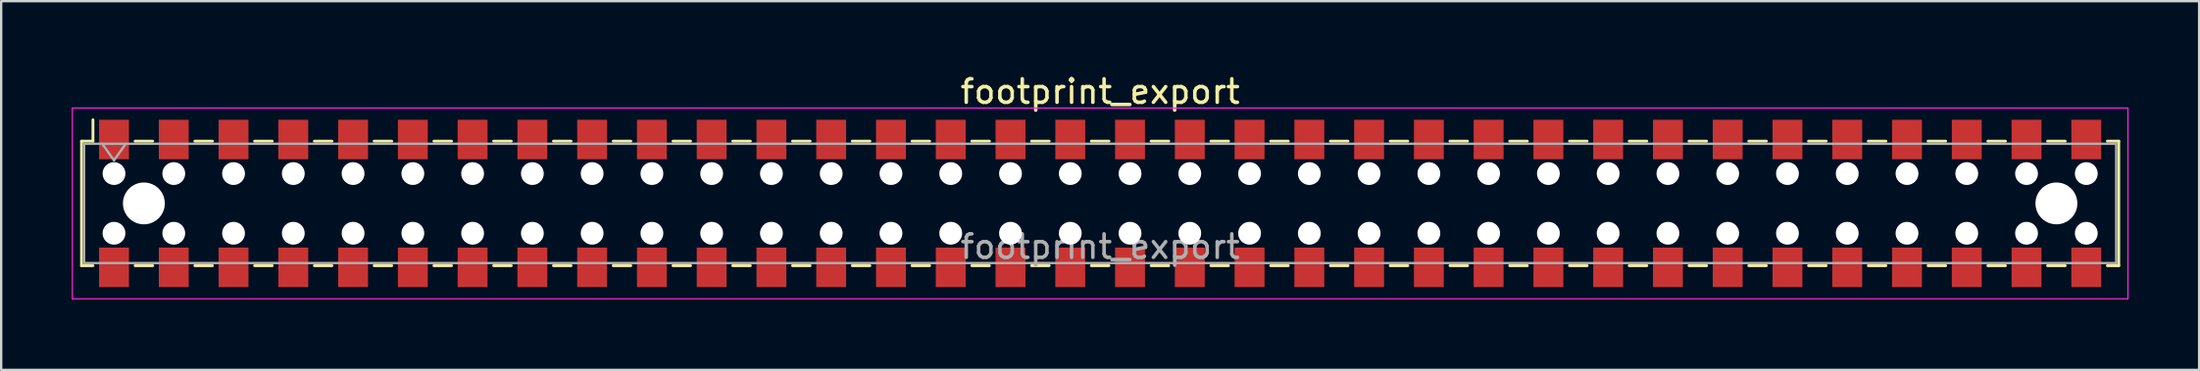
<source format=kicad_pcb>
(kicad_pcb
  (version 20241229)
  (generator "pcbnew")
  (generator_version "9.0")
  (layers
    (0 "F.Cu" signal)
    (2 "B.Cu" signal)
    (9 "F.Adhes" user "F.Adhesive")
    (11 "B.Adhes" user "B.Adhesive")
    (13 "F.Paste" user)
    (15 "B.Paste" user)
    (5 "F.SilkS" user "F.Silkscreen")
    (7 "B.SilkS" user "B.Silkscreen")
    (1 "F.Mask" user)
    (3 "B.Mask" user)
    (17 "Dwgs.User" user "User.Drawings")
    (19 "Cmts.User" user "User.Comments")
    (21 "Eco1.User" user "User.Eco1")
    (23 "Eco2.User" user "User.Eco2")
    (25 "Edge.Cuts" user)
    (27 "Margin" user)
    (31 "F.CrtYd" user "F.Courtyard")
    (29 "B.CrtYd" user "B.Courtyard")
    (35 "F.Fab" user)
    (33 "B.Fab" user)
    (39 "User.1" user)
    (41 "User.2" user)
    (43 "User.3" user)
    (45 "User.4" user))
  (footprint "footprint_export"
    (layer "F.Cu")
    (at 43.705 5.608)
    (property "Reference" "footprint_export" (at 0 -4.76 0) (layer "F.SilkS") (effects (font (size 1 1) (thickness 0.15))))
    (attr smd)
    (fp_line (start -43.29 -2.65) (end -43.29 2.65) (stroke (width 0.12) (type solid)) (layer "F.SilkS"))
    (fp_line (start -43.29 2.65) (end -42.805 2.65) (stroke (width 0.12) (type solid)) (layer "F.SilkS"))
    (fp_line (start -42.805 -3.56) (end -42.805 -2.65) (stroke (width 0.12) (type solid)) (layer "F.SilkS"))
    (fp_line (start -42.805 -2.65) (end -43.29 -2.65) (stroke (width 0.12) (type solid)) (layer "F.SilkS"))
    (fp_line (start -41.015 -2.65) (end -40.265 -2.65) (stroke (width 0.12) (type solid)) (layer "F.SilkS"))
    (fp_line (start -41.015 2.65) (end -40.265 2.65) (stroke (width 0.12) (type solid)) (layer "F.SilkS"))
    (fp_line (start -38.475 -2.65) (end -37.725 -2.65) (stroke (width 0.12) (type solid)) (layer "F.SilkS"))
    (fp_line (start -38.475 2.65) (end -37.725 2.65) (stroke (width 0.12) (type solid)) (layer "F.SilkS"))
    (fp_line (start -35.935 -2.65) (end -35.185 -2.65) (stroke (width 0.12) (type solid)) (layer "F.SilkS"))
    (fp_line (start -35.935 2.65) (end -35.185 2.65) (stroke (width 0.12) (type solid)) (layer "F.SilkS"))
    (fp_line (start -33.395 -2.65) (end -32.645 -2.65) (stroke (width 0.12) (type solid)) (layer "F.SilkS"))
    (fp_line (start -33.395 2.65) (end -32.645 2.65) (stroke (width 0.12) (type solid)) (layer "F.SilkS"))
    (fp_line (start -30.855 -2.65) (end -30.105 -2.65) (stroke (width 0.12) (type solid)) (layer "F.SilkS"))
    (fp_line (start -30.855 2.65) (end -30.105 2.65) (stroke (width 0.12) (type solid)) (layer "F.SilkS"))
    (fp_line (start -28.315 -2.65) (end -27.565 -2.65) (stroke (width 0.12) (type solid)) (layer "F.SilkS"))
    (fp_line (start -28.315 2.65) (end -27.565 2.65) (stroke (width 0.12) (type solid)) (layer "F.SilkS"))
    (fp_line (start -25.775 -2.65) (end -25.025 -2.65) (stroke (width 0.12) (type solid)) (layer "F.SilkS"))
    (fp_line (start -25.775 2.65) (end -25.025 2.65) (stroke (width 0.12) (type solid)) (layer "F.SilkS"))
    (fp_line (start -23.235 -2.65) (end -22.485 -2.65) (stroke (width 0.12) (type solid)) (layer "F.SilkS"))
    (fp_line (start -23.235 2.65) (end -22.485 2.65) (stroke (width 0.12) (type solid)) (layer "F.SilkS"))
    (fp_line (start -20.695 -2.65) (end -19.945 -2.65) (stroke (width 0.12) (type solid)) (layer "F.SilkS"))
    (fp_line (start -20.695 2.65) (end -19.945 2.65) (stroke (width 0.12) (type solid)) (layer "F.SilkS"))
    (fp_line (start -18.155 -2.65) (end -17.405 -2.65) (stroke (width 0.12) (type solid)) (layer "F.SilkS"))
    (fp_line (start -18.155 2.65) (end -17.405 2.65) (stroke (width 0.12) (type solid)) (layer "F.SilkS"))
    (fp_line (start -15.615 -2.65) (end -14.865 -2.65) (stroke (width 0.12) (type solid)) (layer "F.SilkS"))
    (fp_line (start -15.615 2.65) (end -14.865 2.65) (stroke (width 0.12) (type solid)) (layer "F.SilkS"))
    (fp_line (start -13.075 -2.65) (end -12.325 -2.65) (stroke (width 0.12) (type solid)) (layer "F.SilkS"))
    (fp_line (start -13.075 2.65) (end -12.325 2.65) (stroke (width 0.12) (type solid)) (layer "F.SilkS"))
    (fp_line (start -10.535 -2.65) (end -9.785 -2.65) (stroke (width 0.12) (type solid)) (layer "F.SilkS"))
    (fp_line (start -10.535 2.65) (end -9.785 2.65) (stroke (width 0.12) (type solid)) (layer "F.SilkS"))
    (fp_line (start -7.995 -2.65) (end -7.245 -2.65) (stroke (width 0.12) (type solid)) (layer "F.SilkS"))
    (fp_line (start -7.995 2.65) (end -7.245 2.65) (stroke (width 0.12) (type solid)) (layer "F.SilkS"))
    (fp_line (start -5.455 -2.65) (end -4.705 -2.65) (stroke (width 0.12) (type solid)) (layer "F.SilkS"))
    (fp_line (start -5.455 2.65) (end -4.705 2.65) (stroke (width 0.12) (type solid)) (layer "F.SilkS"))
    (fp_line (start -2.915 -2.65) (end -2.165 -2.65) (stroke (width 0.12) (type solid)) (layer "F.SilkS"))
    (fp_line (start -2.915 2.65) (end -2.165 2.65) (stroke (width 0.12) (type solid)) (layer "F.SilkS"))
    (fp_line (start -0.375 -2.65) (end 0.375 -2.65) (stroke (width 0.12) (type solid)) (layer "F.SilkS"))
    (fp_line (start -0.375 2.65) (end 0.375 2.65) (stroke (width 0.12) (type solid)) (layer "F.SilkS"))
    (fp_line (start 2.165 -2.65) (end 2.915 -2.65) (stroke (width 0.12) (type solid)) (layer "F.SilkS"))
    (fp_line (start 2.165 2.65) (end 2.915 2.65) (stroke (width 0.12) (type solid)) (layer "F.SilkS"))
    (fp_line (start 4.705 -2.65) (end 5.455 -2.65) (stroke (width 0.12) (type solid)) (layer "F.SilkS"))
    (fp_line (start 4.705 2.65) (end 5.455 2.65) (stroke (width 0.12) (type solid)) (layer "F.SilkS"))
    (fp_line (start 7.245 -2.65) (end 7.995 -2.65) (stroke (width 0.12) (type solid)) (layer "F.SilkS"))
    (fp_line (start 7.245 2.65) (end 7.995 2.65) (stroke (width 0.12) (type solid)) (layer "F.SilkS"))
    (fp_line (start 9.785 -2.65) (end 10.535 -2.65) (stroke (width 0.12) (type solid)) (layer "F.SilkS"))
    (fp_line (start 9.785 2.65) (end 10.535 2.65) (stroke (width 0.12) (type solid)) (layer "F.SilkS"))
    (fp_line (start 12.325 -2.65) (end 13.075 -2.65) (stroke (width 0.12) (type solid)) (layer "F.SilkS"))
    (fp_line (start 12.325 2.65) (end 13.075 2.65) (stroke (width 0.12) (type solid)) (layer "F.SilkS"))
    (fp_line (start 14.865 -2.65) (end 15.615 -2.65) (stroke (width 0.12) (type solid)) (layer "F.SilkS"))
    (fp_line (start 14.865 2.65) (end 15.615 2.65) (stroke (width 0.12) (type solid)) (layer "F.SilkS"))
    (fp_line (start 17.405 -2.65) (end 18.155 -2.65) (stroke (width 0.12) (type solid)) (layer "F.SilkS"))
    (fp_line (start 17.405 2.65) (end 18.155 2.65) (stroke (width 0.12) (type solid)) (layer "F.SilkS"))
    (fp_line (start 19.945 -2.65) (end 20.695 -2.65) (stroke (width 0.12) (type solid)) (layer "F.SilkS"))
    (fp_line (start 19.945 2.65) (end 20.695 2.65) (stroke (width 0.12) (type solid)) (layer "F.SilkS"))
    (fp_line (start 22.485 -2.65) (end 23.235 -2.65) (stroke (width 0.12) (type solid)) (layer "F.SilkS"))
    (fp_line (start 22.485 2.65) (end 23.235 2.65) (stroke (width 0.12) (type solid)) (layer "F.SilkS"))
    (fp_line (start 25.025 -2.65) (end 25.775 -2.65) (stroke (width 0.12) (type solid)) (layer "F.SilkS"))
    (fp_line (start 25.025 2.65) (end 25.775 2.65) (stroke (width 0.12) (type solid)) (layer "F.SilkS"))
    (fp_line (start 27.565 -2.65) (end 28.315 -2.65) (stroke (width 0.12) (type solid)) (layer "F.SilkS"))
    (fp_line (start 27.565 2.65) (end 28.315 2.65) (stroke (width 0.12) (type solid)) (layer "F.SilkS"))
    (fp_line (start 30.105 -2.65) (end 30.855 -2.65) (stroke (width 0.12) (type solid)) (layer "F.SilkS"))
    (fp_line (start 30.105 2.65) (end 30.855 2.65) (stroke (width 0.12) (type solid)) (layer "F.SilkS"))
    (fp_line (start 32.645 -2.65) (end 33.395 -2.65) (stroke (width 0.12) (type solid)) (layer "F.SilkS"))
    (fp_line (start 32.645 2.65) (end 33.395 2.65) (stroke (width 0.12) (type solid)) (layer "F.SilkS"))
    (fp_line (start 35.185 -2.65) (end 35.935 -2.65) (stroke (width 0.12) (type solid)) (layer "F.SilkS"))
    (fp_line (start 35.185 2.65) (end 35.935 2.65) (stroke (width 0.12) (type solid)) (layer "F.SilkS"))
    (fp_line (start 37.725 -2.65) (end 38.475 -2.65) (stroke (width 0.12) (type solid)) (layer "F.SilkS"))
    (fp_line (start 37.725 2.65) (end 38.475 2.65) (stroke (width 0.12) (type solid)) (layer "F.SilkS"))
    (fp_line (start 40.265 -2.65) (end 41.015 -2.65) (stroke (width 0.12) (type solid)) (layer "F.SilkS"))
    (fp_line (start 40.265 2.65) (end 41.015 2.65) (stroke (width 0.12) (type solid)) (layer "F.SilkS"))
    (fp_line (start 42.805 -2.65) (end 43.29 -2.65) (stroke (width 0.12) (type solid)) (layer "F.SilkS"))
    (fp_line (start 43.29 -2.65) (end 43.29 2.65) (stroke (width 0.12) (type solid)) (layer "F.SilkS"))
    (fp_line (start 43.29 2.65) (end 42.805 2.65) (stroke (width 0.12) (type solid)) (layer "F.SilkS"))
    (fp_line (start -43.68 -4.06) (end 43.68 -4.06) (stroke (width 0.05) (type solid)) (layer "F.CrtYd"))
    (fp_line (start -43.68 4.06) (end -43.68 -4.06) (stroke (width 0.05) (type solid)) (layer "F.CrtYd"))
    (fp_line (start 43.68 -4.06) (end 43.68 4.06) (stroke (width 0.05) (type solid)) (layer "F.CrtYd"))
    (fp_line (start 43.68 4.06) (end -43.68 4.06) (stroke (width 0.05) (type solid)) (layer "F.CrtYd"))
    (fp_line (start -43.18 -2.54) (end 43.18 -2.54) (stroke (width 0.1) (type solid)) (layer "F.Fab"))
    (fp_line (start -43.18 2.54) (end -43.18 -2.54) (stroke (width 0.1) (type solid)) (layer "F.Fab"))
    (fp_line (start -42.41 -2.54) (end -41.91 -1.833) (stroke (width 0.1) (type solid)) (layer "F.Fab"))
    (fp_line (start -41.91 -1.833) (end -41.41 -2.54) (stroke (width 0.1) (type solid)) (layer "F.Fab"))
    (fp_line (start 43.18 -2.54) (end 43.18 2.54) (stroke (width 0.1) (type solid)) (layer "F.Fab"))
    (fp_line (start 43.18 2.54) (end -43.18 2.54) (stroke (width 0.1) (type solid)) (layer "F.Fab"))
    (fp_text user "${REFERENCE}" (at 0 1.84 0) (layer "F.Fab") (effects (font (size 1 1) (thickness 0.15))))
    (pad "" np_thru_hole circle (at -41.91 -1.27) (size 0.97 0.97) (drill 0.97) (layers "*.Cu" "*.Mask"))
    (pad "" np_thru_hole circle (at -41.91 1.27) (size 0.97 0.97) (drill 0.97) (layers "*.Cu" "*.Mask"))
    (pad "" np_thru_hole circle (at -40.64 0) (size 1.78 1.78) (drill 1.78) (layers "*.Cu" "*.Mask"))
    (pad "" np_thru_hole circle (at -39.37 -1.27) (size 0.97 0.97) (drill 0.97) (layers "*.Cu" "*.Mask"))
    (pad "" np_thru_hole circle (at -39.37 1.27) (size 0.97 0.97) (drill 0.97) (layers "*.Cu" "*.Mask"))
    (pad "" np_thru_hole circle (at -36.83 -1.27) (size 0.97 0.97) (drill 0.97) (layers "*.Cu" "*.Mask"))
    (pad "" np_thru_hole circle (at -36.83 1.27) (size 0.97 0.97) (drill 0.97) (layers "*.Cu" "*.Mask"))
    (pad "" np_thru_hole circle (at -34.29 -1.27) (size 0.97 0.97) (drill 0.97) (layers "*.Cu" "*.Mask"))
    (pad "" np_thru_hole circle (at -34.29 1.27) (size 0.97 0.97) (drill 0.97) (layers "*.Cu" "*.Mask"))
    (pad "" np_thru_hole circle (at -31.75 -1.27) (size 0.97 0.97) (drill 0.97) (layers "*.Cu" "*.Mask"))
    (pad "" np_thru_hole circle (at -31.75 1.27) (size 0.97 0.97) (drill 0.97) (layers "*.Cu" "*.Mask"))
    (pad "" np_thru_hole circle (at -29.21 -1.27) (size 0.97 0.97) (drill 0.97) (layers "*.Cu" "*.Mask"))
    (pad "" np_thru_hole circle (at -29.21 1.27) (size 0.97 0.97) (drill 0.97) (layers "*.Cu" "*.Mask"))
    (pad "" np_thru_hole circle (at -26.67 -1.27) (size 0.97 0.97) (drill 0.97) (layers "*.Cu" "*.Mask"))
    (pad "" np_thru_hole circle (at -26.67 1.27) (size 0.97 0.97) (drill 0.97) (layers "*.Cu" "*.Mask"))
    (pad "" np_thru_hole circle (at -24.13 -1.27) (size 0.97 0.97) (drill 0.97) (layers "*.Cu" "*.Mask"))
    (pad "" np_thru_hole circle (at -24.13 1.27) (size 0.97 0.97) (drill 0.97) (layers "*.Cu" "*.Mask"))
    (pad "" np_thru_hole circle (at -21.59 -1.27) (size 0.97 0.97) (drill 0.97) (layers "*.Cu" "*.Mask"))
    (pad "" np_thru_hole circle (at -21.59 1.27) (size 0.97 0.97) (drill 0.97) (layers "*.Cu" "*.Mask"))
    (pad "" np_thru_hole circle (at -19.05 -1.27) (size 0.97 0.97) (drill 0.97) (layers "*.Cu" "*.Mask"))
    (pad "" np_thru_hole circle (at -19.05 1.27) (size 0.97 0.97) (drill 0.97) (layers "*.Cu" "*.Mask"))
    (pad "" np_thru_hole circle (at -16.51 -1.27) (size 0.97 0.97) (drill 0.97) (layers "*.Cu" "*.Mask"))
    (pad "" np_thru_hole circle (at -16.51 1.27) (size 0.97 0.97) (drill 0.97) (layers "*.Cu" "*.Mask"))
    (pad "" np_thru_hole circle (at -13.97 -1.27) (size 0.97 0.97) (drill 0.97) (layers "*.Cu" "*.Mask"))
    (pad "" np_thru_hole circle (at -13.97 1.27) (size 0.97 0.97) (drill 0.97) (layers "*.Cu" "*.Mask"))
    (pad "" np_thru_hole circle (at -11.43 -1.27) (size 0.97 0.97) (drill 0.97) (layers "*.Cu" "*.Mask"))
    (pad "" np_thru_hole circle (at -11.43 1.27) (size 0.97 0.97) (drill 0.97) (layers "*.Cu" "*.Mask"))
    (pad "" np_thru_hole circle (at -8.89 -1.27) (size 0.97 0.97) (drill 0.97) (layers "*.Cu" "*.Mask"))
    (pad "" np_thru_hole circle (at -8.89 1.27) (size 0.97 0.97) (drill 0.97) (layers "*.Cu" "*.Mask"))
    (pad "" np_thru_hole circle (at -6.35 -1.27) (size 0.97 0.97) (drill 0.97) (layers "*.Cu" "*.Mask"))
    (pad "" np_thru_hole circle (at -6.35 1.27) (size 0.97 0.97) (drill 0.97) (layers "*.Cu" "*.Mask"))
    (pad "" np_thru_hole circle (at -3.81 -1.27) (size 0.97 0.97) (drill 0.97) (layers "*.Cu" "*.Mask"))
    (pad "" np_thru_hole circle (at -3.81 1.27) (size 0.97 0.97) (drill 0.97) (layers "*.Cu" "*.Mask"))
    (pad "" np_thru_hole circle (at -1.27 -1.27) (size 0.97 0.97) (drill 0.97) (layers "*.Cu" "*.Mask"))
    (pad "" np_thru_hole circle (at -1.27 1.27) (size 0.97 0.97) (drill 0.97) (layers "*.Cu" "*.Mask"))
    (pad "" np_thru_hole circle (at 1.27 -1.27) (size 0.97 0.97) (drill 0.97) (layers "*.Cu" "*.Mask"))
    (pad "" np_thru_hole circle (at 1.27 1.27) (size 0.97 0.97) (drill 0.97) (layers "*.Cu" "*.Mask"))
    (pad "" np_thru_hole circle (at 3.81 -1.27) (size 0.97 0.97) (drill 0.97) (layers "*.Cu" "*.Mask"))
    (pad "" np_thru_hole circle (at 3.81 1.27) (size 0.97 0.97) (drill 0.97) (layers "*.Cu" "*.Mask"))
    (pad "" np_thru_hole circle (at 6.35 -1.27) (size 0.97 0.97) (drill 0.97) (layers "*.Cu" "*.Mask"))
    (pad "" np_thru_hole circle (at 6.35 1.27) (size 0.97 0.97) (drill 0.97) (layers "*.Cu" "*.Mask"))
    (pad "" np_thru_hole circle (at 8.89 -1.27) (size 0.97 0.97) (drill 0.97) (layers "*.Cu" "*.Mask"))
    (pad "" np_thru_hole circle (at 8.89 1.27) (size 0.97 0.97) (drill 0.97) (layers "*.Cu" "*.Mask"))
    (pad "" np_thru_hole circle (at 11.43 -1.27) (size 0.97 0.97) (drill 0.97) (layers "*.Cu" "*.Mask"))
    (pad "" np_thru_hole circle (at 11.43 1.27) (size 0.97 0.97) (drill 0.97) (layers "*.Cu" "*.Mask"))
    (pad "" np_thru_hole circle (at 13.97 -1.27) (size 0.97 0.97) (drill 0.97) (layers "*.Cu" "*.Mask"))
    (pad "" np_thru_hole circle (at 13.97 1.27) (size 0.97 0.97) (drill 0.97) (layers "*.Cu" "*.Mask"))
    (pad "" np_thru_hole circle (at 16.51 -1.27) (size 0.97 0.97) (drill 0.97) (layers "*.Cu" "*.Mask"))
    (pad "" np_thru_hole circle (at 16.51 1.27) (size 0.97 0.97) (drill 0.97) (layers "*.Cu" "*.Mask"))
    (pad "" np_thru_hole circle (at 19.05 -1.27) (size 0.97 0.97) (drill 0.97) (layers "*.Cu" "*.Mask"))
    (pad "" np_thru_hole circle (at 19.05 1.27) (size 0.97 0.97) (drill 0.97) (layers "*.Cu" "*.Mask"))
    (pad "" np_thru_hole circle (at 21.59 -1.27) (size 0.97 0.97) (drill 0.97) (layers "*.Cu" "*.Mask"))
    (pad "" np_thru_hole circle (at 21.59 1.27) (size 0.97 0.97) (drill 0.97) (layers "*.Cu" "*.Mask"))
    (pad "" np_thru_hole circle (at 24.13 -1.27) (size 0.97 0.97) (drill 0.97) (layers "*.Cu" "*.Mask"))
    (pad "" np_thru_hole circle (at 24.13 1.27) (size 0.97 0.97) (drill 0.97) (layers "*.Cu" "*.Mask"))
    (pad "" np_thru_hole circle (at 26.67 -1.27) (size 0.97 0.97) (drill 0.97) (layers "*.Cu" "*.Mask"))
    (pad "" np_thru_hole circle (at 26.67 1.27) (size 0.97 0.97) (drill 0.97) (layers "*.Cu" "*.Mask"))
    (pad "" np_thru_hole circle (at 29.21 -1.27) (size 0.97 0.97) (drill 0.97) (layers "*.Cu" "*.Mask"))
    (pad "" np_thru_hole circle (at 29.21 1.27) (size 0.97 0.97) (drill 0.97) (layers "*.Cu" "*.Mask"))
    (pad "" np_thru_hole circle (at 31.75 -1.27) (size 0.97 0.97) (drill 0.97) (layers "*.Cu" "*.Mask"))
    (pad "" np_thru_hole circle (at 31.75 1.27) (size 0.97 0.97) (drill 0.97) (layers "*.Cu" "*.Mask"))
    (pad "" np_thru_hole circle (at 34.29 -1.27) (size 0.97 0.97) (drill 0.97) (layers "*.Cu" "*.Mask"))
    (pad "" np_thru_hole circle (at 34.29 1.27) (size 0.97 0.97) (drill 0.97) (layers "*.Cu" "*.Mask"))
    (pad "" np_thru_hole circle (at 36.83 -1.27) (size 0.97 0.97) (drill 0.97) (layers "*.Cu" "*.Mask"))
    (pad "" np_thru_hole circle (at 36.83 1.27) (size 0.97 0.97) (drill 0.97) (layers "*.Cu" "*.Mask"))
    (pad "" np_thru_hole circle (at 39.37 -1.27) (size 0.97 0.97) (drill 0.97) (layers "*.Cu" "*.Mask"))
    (pad "" np_thru_hole circle (at 39.37 1.27) (size 0.97 0.97) (drill 0.97) (layers "*.Cu" "*.Mask"))
    (pad "" np_thru_hole circle (at 40.64 0) (size 1.78 1.78) (drill 1.78) (layers "*.Cu" "*.Mask"))
    (pad "" np_thru_hole circle (at 41.91 -1.27) (size 0.97 0.97) (drill 0.97) (layers "*.Cu" "*.Mask"))
    (pad "" np_thru_hole circle (at 41.91 1.27) (size 0.97 0.97) (drill 0.97) (layers "*.Cu" "*.Mask"))
    (pad "1" smd rect (at -41.91 -2.72) (size 1.27 1.68) (layers "F.Cu" "F.Mask" "F.Paste"))
    (pad "2" smd rect (at -41.91 2.72) (size 1.27 1.68) (layers "F.Cu" "F.Mask" "F.Paste"))
    (pad "3" smd rect (at -39.37 -2.72) (size 1.27 1.68) (layers "F.Cu" "F.Mask" "F.Paste"))
    (pad "4" smd rect (at -39.37 2.72) (size 1.27 1.68) (layers "F.Cu" "F.Mask" "F.Paste"))
    (pad "5" smd rect (at -36.83 -2.72) (size 1.27 1.68) (layers "F.Cu" "F.Mask" "F.Paste"))
    (pad "6" smd rect (at -36.83 2.72) (size 1.27 1.68) (layers "F.Cu" "F.Mask" "F.Paste"))
    (pad "7" smd rect (at -34.29 -2.72) (size 1.27 1.68) (layers "F.Cu" "F.Mask" "F.Paste"))
    (pad "8" smd rect (at -34.29 2.72) (size 1.27 1.68) (layers "F.Cu" "F.Mask" "F.Paste"))
    (pad "9" smd rect (at -31.75 -2.72) (size 1.27 1.68) (layers "F.Cu" "F.Mask" "F.Paste"))
    (pad "10" smd rect (at -31.75 2.72) (size 1.27 1.68) (layers "F.Cu" "F.Mask" "F.Paste"))
    (pad "11" smd rect (at -29.21 -2.72) (size 1.27 1.68) (layers "F.Cu" "F.Mask" "F.Paste"))
    (pad "12" smd rect (at -29.21 2.72) (size 1.27 1.68) (layers "F.Cu" "F.Mask" "F.Paste"))
    (pad "13" smd rect (at -26.67 -2.72) (size 1.27 1.68) (layers "F.Cu" "F.Mask" "F.Paste"))
    (pad "14" smd rect (at -26.67 2.72) (size 1.27 1.68) (layers "F.Cu" "F.Mask" "F.Paste"))
    (pad "15" smd rect (at -24.13 -2.72) (size 1.27 1.68) (layers "F.Cu" "F.Mask" "F.Paste"))
    (pad "16" smd rect (at -24.13 2.72) (size 1.27 1.68) (layers "F.Cu" "F.Mask" "F.Paste"))
    (pad "17" smd rect (at -21.59 -2.72) (size 1.27 1.68) (layers "F.Cu" "F.Mask" "F.Paste"))
    (pad "18" smd rect (at -21.59 2.72) (size 1.27 1.68) (layers "F.Cu" "F.Mask" "F.Paste"))
    (pad "19" smd rect (at -19.05 -2.72) (size 1.27 1.68) (layers "F.Cu" "F.Mask" "F.Paste"))
    (pad "20" smd rect (at -19.05 2.72) (size 1.27 1.68) (layers "F.Cu" "F.Mask" "F.Paste"))
    (pad "21" smd rect (at -16.51 -2.72) (size 1.27 1.68) (layers "F.Cu" "F.Mask" "F.Paste"))
    (pad "22" smd rect (at -16.51 2.72) (size 1.27 1.68) (layers "F.Cu" "F.Mask" "F.Paste"))
    (pad "23" smd rect (at -13.97 -2.72) (size 1.27 1.68) (layers "F.Cu" "F.Mask" "F.Paste"))
    (pad "24" smd rect (at -13.97 2.72) (size 1.27 1.68) (layers "F.Cu" "F.Mask" "F.Paste"))
    (pad "25" smd rect (at -11.43 -2.72) (size 1.27 1.68) (layers "F.Cu" "F.Mask" "F.Paste"))
    (pad "26" smd rect (at -11.43 2.72) (size 1.27 1.68) (layers "F.Cu" "F.Mask" "F.Paste"))
    (pad "27" smd rect (at -8.89 -2.72) (size 1.27 1.68) (layers "F.Cu" "F.Mask" "F.Paste"))
    (pad "28" smd rect (at -8.89 2.72) (size 1.27 1.68) (layers "F.Cu" "F.Mask" "F.Paste"))
    (pad "29" smd rect (at -6.35 -2.72) (size 1.27 1.68) (layers "F.Cu" "F.Mask" "F.Paste"))
    (pad "30" smd rect (at -6.35 2.72) (size 1.27 1.68) (layers "F.Cu" "F.Mask" "F.Paste"))
    (pad "31" smd rect (at -3.81 -2.72) (size 1.27 1.68) (layers "F.Cu" "F.Mask" "F.Paste"))
    (pad "32" smd rect (at -3.81 2.72) (size 1.27 1.68) (layers "F.Cu" "F.Mask" "F.Paste"))
    (pad "33" smd rect (at -1.27 -2.72) (size 1.27 1.68) (layers "F.Cu" "F.Mask" "F.Paste"))
    (pad "34" smd rect (at -1.27 2.72) (size 1.27 1.68) (layers "F.Cu" "F.Mask" "F.Paste"))
    (pad "35" smd rect (at 1.27 -2.72) (size 1.27 1.68) (layers "F.Cu" "F.Mask" "F.Paste"))
    (pad "36" smd rect (at 1.27 2.72) (size 1.27 1.68) (layers "F.Cu" "F.Mask" "F.Paste"))
    (pad "37" smd rect (at 3.81 -2.72) (size 1.27 1.68) (layers "F.Cu" "F.Mask" "F.Paste"))
    (pad "38" smd rect (at 3.81 2.72) (size 1.27 1.68) (layers "F.Cu" "F.Mask" "F.Paste"))
    (pad "39" smd rect (at 6.35 -2.72) (size 1.27 1.68) (layers "F.Cu" "F.Mask" "F.Paste"))
    (pad "40" smd rect (at 6.35 2.72) (size 1.27 1.68) (layers "F.Cu" "F.Mask" "F.Paste"))
    (pad "41" smd rect (at 8.89 -2.72) (size 1.27 1.68) (layers "F.Cu" "F.Mask" "F.Paste"))
    (pad "42" smd rect (at 8.89 2.72) (size 1.27 1.68) (layers "F.Cu" "F.Mask" "F.Paste"))
    (pad "43" smd rect (at 11.43 -2.72) (size 1.27 1.68) (layers "F.Cu" "F.Mask" "F.Paste"))
    (pad "44" smd rect (at 11.43 2.72) (size 1.27 1.68) (layers "F.Cu" "F.Mask" "F.Paste"))
    (pad "45" smd rect (at 13.97 -2.72) (size 1.27 1.68) (layers "F.Cu" "F.Mask" "F.Paste"))
    (pad "46" smd rect (at 13.97 2.72) (size 1.27 1.68) (layers "F.Cu" "F.Mask" "F.Paste"))
    (pad "47" smd rect (at 16.51 -2.72) (size 1.27 1.68) (layers "F.Cu" "F.Mask" "F.Paste"))
    (pad "48" smd rect (at 16.51 2.72) (size 1.27 1.68) (layers "F.Cu" "F.Mask" "F.Paste"))
    (pad "49" smd rect (at 19.05 -2.72) (size 1.27 1.68) (layers "F.Cu" "F.Mask" "F.Paste"))
    (pad "50" smd rect (at 19.05 2.72) (size 1.27 1.68) (layers "F.Cu" "F.Mask" "F.Paste"))
    (pad "51" smd rect (at 21.59 -2.72) (size 1.27 1.68) (layers "F.Cu" "F.Mask" "F.Paste"))
    (pad "52" smd rect (at 21.59 2.72) (size 1.27 1.68) (layers "F.Cu" "F.Mask" "F.Paste"))
    (pad "53" smd rect (at 24.13 -2.72) (size 1.27 1.68) (layers "F.Cu" "F.Mask" "F.Paste"))
    (pad "54" smd rect (at 24.13 2.72) (size 1.27 1.68) (layers "F.Cu" "F.Mask" "F.Paste"))
    (pad "55" smd rect (at 26.67 -2.72) (size 1.27 1.68) (layers "F.Cu" "F.Mask" "F.Paste"))
    (pad "56" smd rect (at 26.67 2.72) (size 1.27 1.68) (layers "F.Cu" "F.Mask" "F.Paste"))
    (pad "57" smd rect (at 29.21 -2.72) (size 1.27 1.68) (layers "F.Cu" "F.Mask" "F.Paste"))
    (pad "58" smd rect (at 29.21 2.72) (size 1.27 1.68) (layers "F.Cu" "F.Mask" "F.Paste"))
    (pad "59" smd rect (at 31.75 -2.72) (size 1.27 1.68) (layers "F.Cu" "F.Mask" "F.Paste"))
    (pad "60" smd rect (at 31.75 2.72) (size 1.27 1.68) (layers "F.Cu" "F.Mask" "F.Paste"))
    (pad "61" smd rect (at 34.29 -2.72) (size 1.27 1.68) (layers "F.Cu" "F.Mask" "F.Paste"))
    (pad "62" smd rect (at 34.29 2.72) (size 1.27 1.68) (layers "F.Cu" "F.Mask" "F.Paste"))
    (pad "63" smd rect (at 36.83 -2.72) (size 1.27 1.68) (layers "F.Cu" "F.Mask" "F.Paste"))
    (pad "64" smd rect (at 36.83 2.72) (size 1.27 1.68) (layers "F.Cu" "F.Mask" "F.Paste"))
    (pad "65" smd rect (at 39.37 -2.72) (size 1.27 1.68) (layers "F.Cu" "F.Mask" "F.Paste"))
    (pad "66" smd rect (at 39.37 2.72) (size 1.27 1.68) (layers "F.Cu" "F.Mask" "F.Paste"))
    (pad "67" smd rect (at 41.91 -2.72) (size 1.27 1.68) (layers "F.Cu" "F.Mask" "F.Paste"))
    (pad "68" smd rect (at 41.91 2.72) (size 1.27 1.68) (layers "F.Cu" "F.Mask" "F.Paste")))
  (gr_rect
    (start -3 -3)
    (end 90.41 12.693)
    (stroke (width 0.1) (type default))
    (fill no)
    (layer "Edge.Cuts")))
</source>
